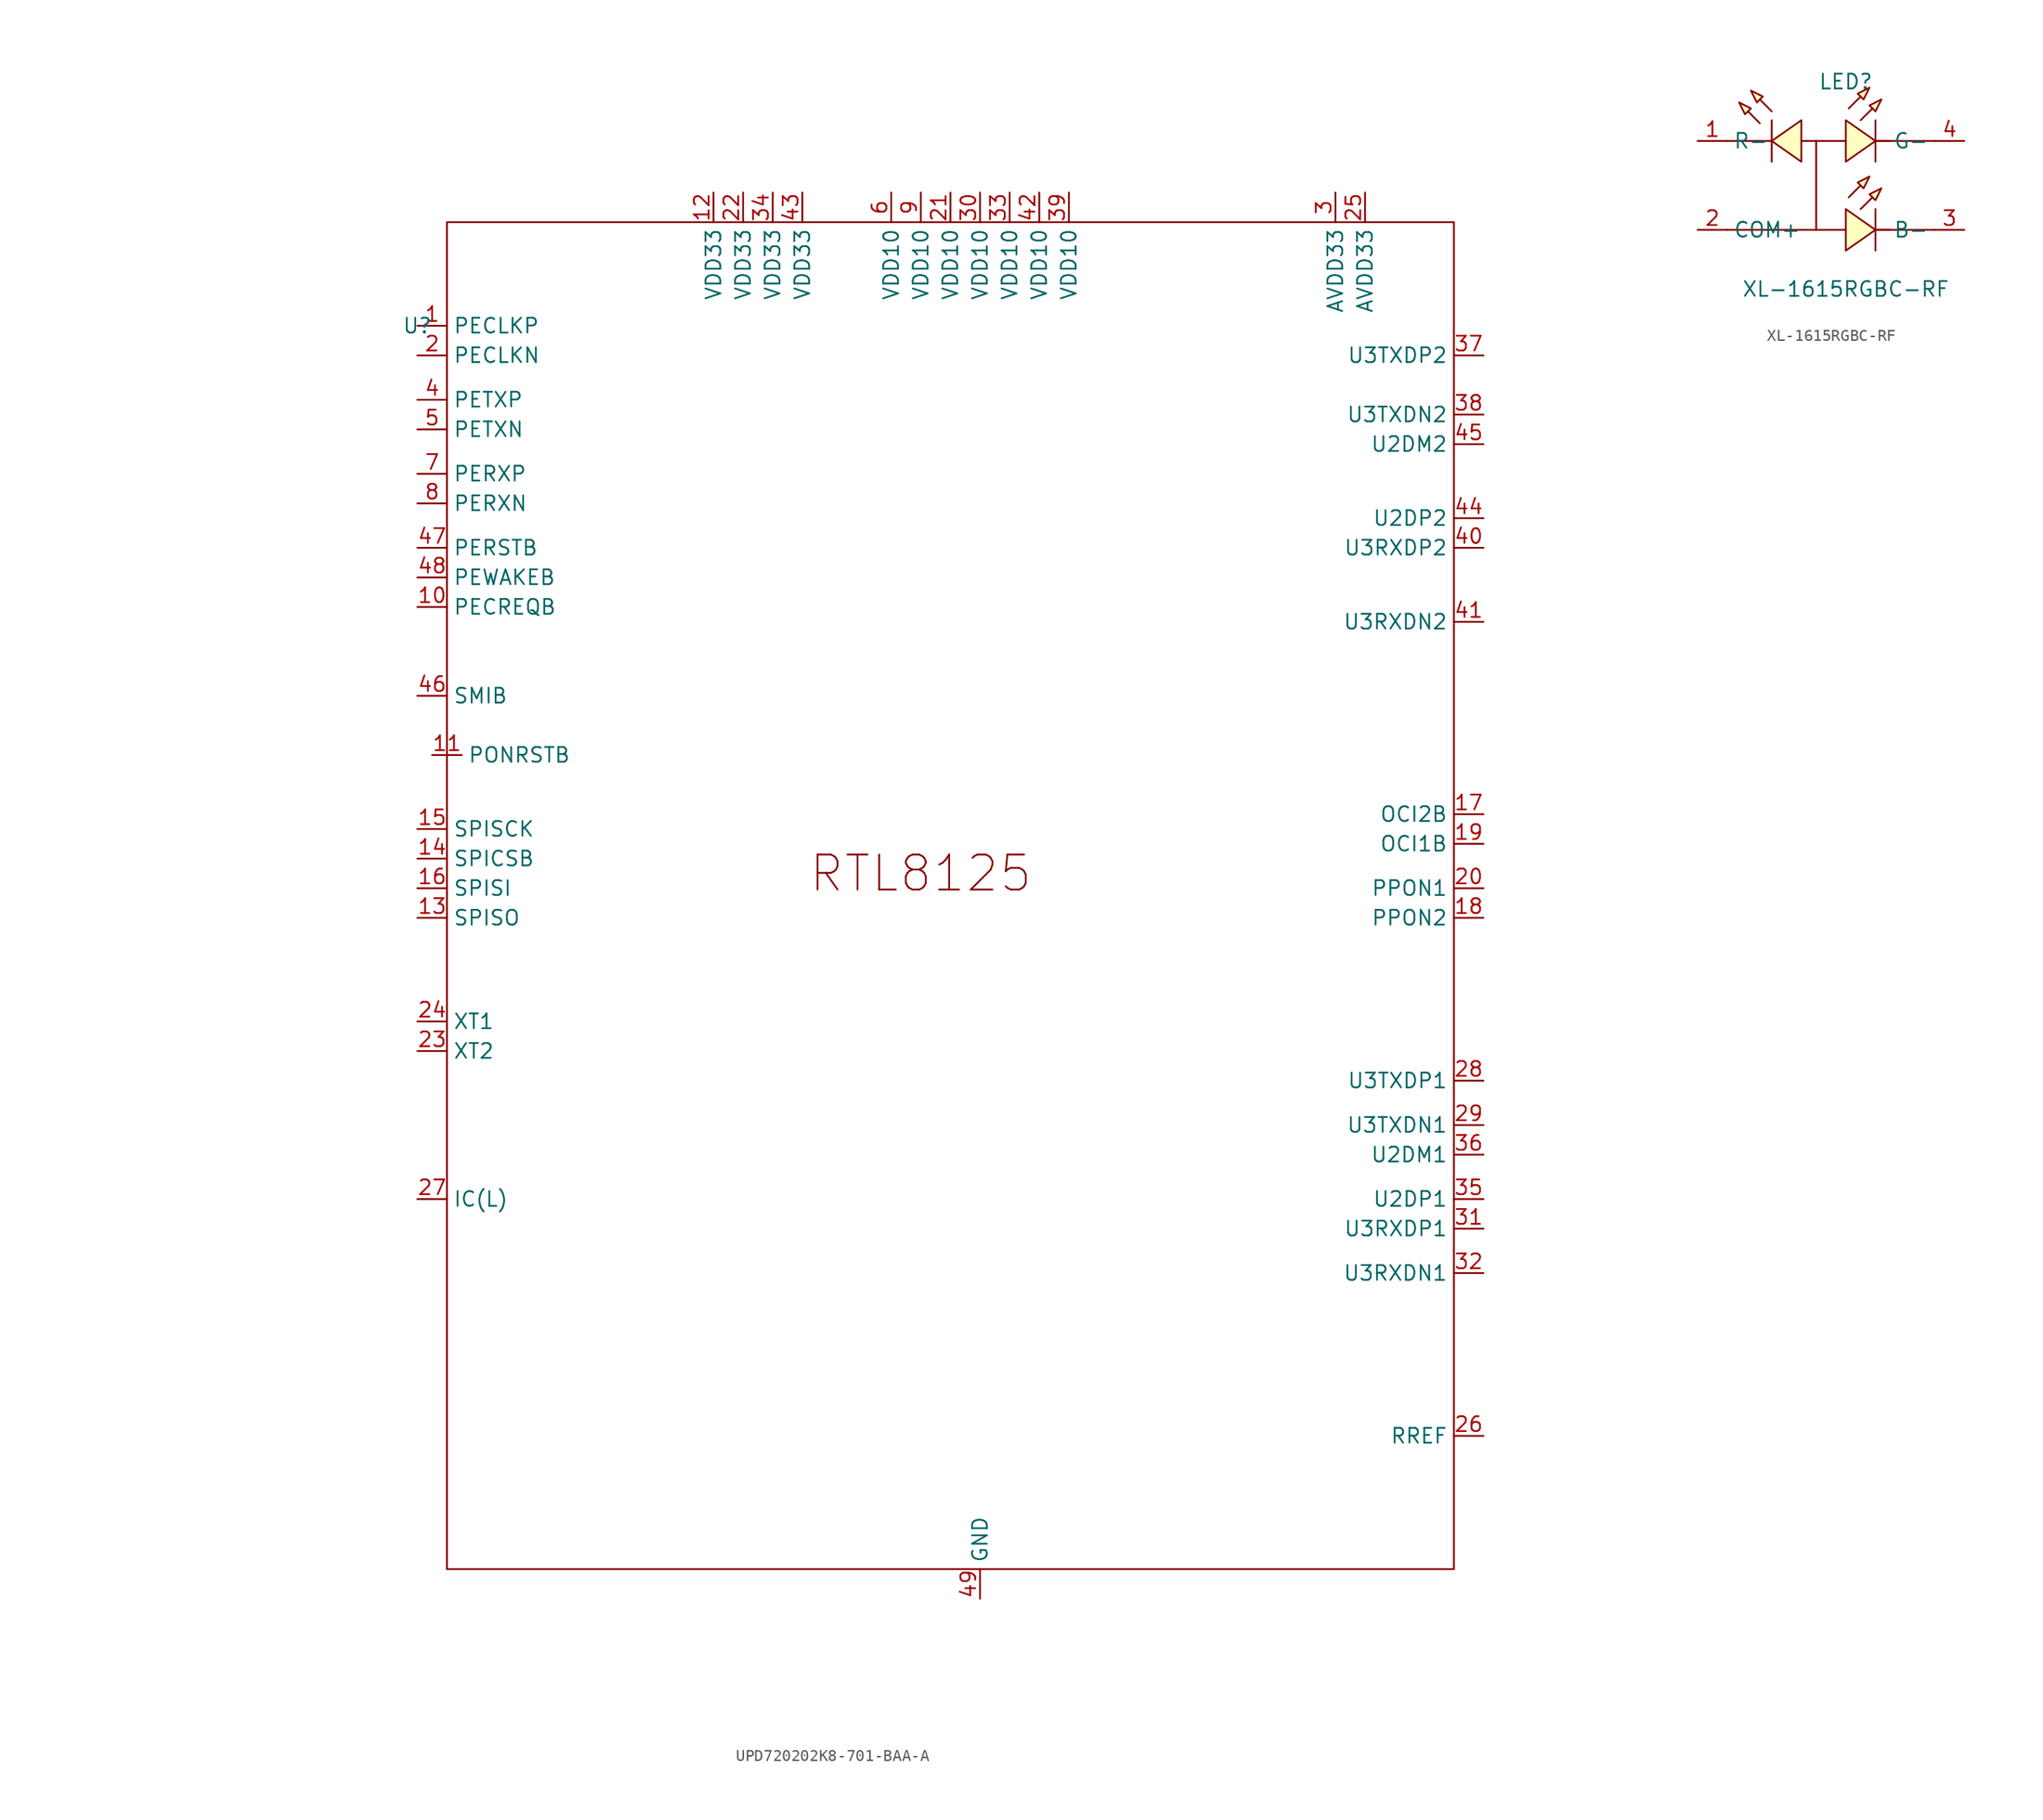
<source format=kicad_sym>
(kicad_symbol_lib
  (version 20220914)
  (generator kicad_symbol_editor)
  (symbol "UPD720202K8-701-BAA-A"
    (property "Reference" "U"
      (at 20.32 -10.16 0)
      (effects (font (size 1.27 1.27))))
    (property "Value" ""
      (at 0 0 0)
      (effects (font (size 1.27 1.27))))
    (symbol "UPD720202K8-701-BAA-A_0_0"
      (pin unspecified line (at 20.32 -10.16 0) (length 2.54) (name "PECLKP" (effects (font (size 1.27 1.27)))) (number "1" (effects (font (size 1.27 1.27)))))
      (pin unspecified line (at 20.32 -34.29 0) (length 2.54) (name "PECREQB" (effects (font (size 1.27 1.27)))) (number "10" (effects (font (size 1.27 1.27)))))
      (pin unspecified line (at 21.59 -46.99 0) (length 2.54) (name "PONRSTB" (effects (font (size 1.27 1.27)))) (number "11" (effects (font (size 1.27 1.27)))))
      (pin unspecified line (at 45.72 1.27 270) (length 2.54) (name "VDD33" (effects (font (size 1.27 1.27)))) (number "12" (effects (font (size 1.27 1.27)))))
      (pin unspecified line (at 20.32 -60.96 0) (length 2.54) (name "SPISO" (effects (font (size 1.27 1.27)))) (number "13" (effects (font (size 1.27 1.27)))))
      (pin unspecified line (at 20.32 -55.88 0) (length 2.54) (name "SPICSB" (effects (font (size 1.27 1.27)))) (number "14" (effects (font (size 1.27 1.27)))))
      (pin unspecified line (at 20.32 -53.34 0) (length 2.54) (name "SPISCK" (effects (font (size 1.27 1.27)))) (number "15" (effects (font (size 1.27 1.27)))))
      (pin unspecified line (at 20.32 -58.42 0) (length 2.54) (name "SPISI" (effects (font (size 1.27 1.27)))) (number "16" (effects (font (size 1.27 1.27)))))
      (pin unspecified line (at 111.76 -52.07 180) (length 2.54) (name "OCI2B" (effects (font (size 1.27 1.27)))) (number "17" (effects (font (size 1.27 1.27)))))
      (pin unspecified line (at 111.76 -60.96 180) (length 2.54) (name "PPON2" (effects (font (size 1.27 1.27)))) (number "18" (effects (font (size 1.27 1.27)))))
      (pin unspecified line (at 111.76 -54.61 180) (length 2.54) (name "OCI1B" (effects (font (size 1.27 1.27)))) (number "19" (effects (font (size 1.27 1.27)))))
      (pin unspecified line (at 20.32 -12.7 0) (length 2.54) (name "PECLKN" (effects (font (size 1.27 1.27)))) (number "2" (effects (font (size 1.27 1.27)))))
      (pin unspecified line (at 111.76 -58.42 180) (length 2.54) (name "PPON1" (effects (font (size 1.27 1.27)))) (number "20" (effects (font (size 1.27 1.27)))))
      (pin unspecified line (at 66.04 1.27 270) (length 2.54) (name "VDD10" (effects (font (size 1.27 1.27)))) (number "21" (effects (font (size 1.27 1.27)))))
      (pin unspecified line (at 48.26 1.27 270) (length 2.54) (name "VDD33" (effects (font (size 1.27 1.27)))) (number "22" (effects (font (size 1.27 1.27)))))
      (pin unspecified line (at 20.32 -72.39 0) (length 2.54) (name "XT2" (effects (font (size 1.27 1.27)))) (number "23" (effects (font (size 1.27 1.27)))))
      (pin unspecified line (at 20.32 -69.85 0) (length 2.54) (name "XT1" (effects (font (size 1.27 1.27)))) (number "24" (effects (font (size 1.27 1.27)))))
      (pin unspecified line (at 101.6 1.27 270) (length 2.54) (name "AVDD33" (effects (font (size 1.27 1.27)))) (number "25" (effects (font (size 1.27 1.27)))))
      (pin unspecified line (at 111.76 -105.41 180) (length 2.54) (name "RREF" (effects (font (size 1.27 1.27)))) (number "26" (effects (font (size 1.27 1.27)))))
      (pin unspecified line (at 20.32 -85.09 0) (length 2.54) (name "IC(L)" (effects (font (size 1.27 1.27)))) (number "27" (effects (font (size 1.27 1.27)))))
      (pin unspecified line (at 111.76 -74.93 180) (length 2.54) (name "U3TXDP1" (effects (font (size 1.27 1.27)))) (number "28" (effects (font (size 1.27 1.27)))))
      (pin unspecified line (at 111.76 -78.74 180) (length 2.54) (name "U3TXDN1" (effects (font (size 1.27 1.27)))) (number "29" (effects (font (size 1.27 1.27)))))
      (pin unspecified line (at 99.06 1.27 270) (length 2.54) (name "AVDD33" (effects (font (size 1.27 1.27)))) (number "3" (effects (font (size 1.27 1.27)))))
      (pin unspecified line (at 68.58 1.27 270) (length 2.54) (name "VDD10" (effects (font (size 1.27 1.27)))) (number "30" (effects (font (size 1.27 1.27)))))
      (pin unspecified line (at 111.76 -87.63 180) (length 2.54) (name "U3RXDP1" (effects (font (size 1.27 1.27)))) (number "31" (effects (font (size 1.27 1.27)))))
      (pin unspecified line (at 111.76 -91.44 180) (length 2.54) (name "U3RXDN1" (effects (font (size 1.27 1.27)))) (number "32" (effects (font (size 1.27 1.27)))))
      (pin unspecified line (at 71.12 1.27 270) (length 2.54) (name "VDD10" (effects (font (size 1.27 1.27)))) (number "33" (effects (font (size 1.27 1.27)))))
      (pin unspecified line (at 50.8 1.27 270) (length 2.54) (name "VDD33" (effects (font (size 1.27 1.27)))) (number "34" (effects (font (size 1.27 1.27)))))
      (pin unspecified line (at 111.76 -85.09 180) (length 2.54) (name "U2DP1" (effects (font (size 1.27 1.27)))) (number "35" (effects (font (size 1.27 1.27)))))
      (pin unspecified line (at 111.76 -81.28 180) (length 2.54) (name "U2DM1" (effects (font (size 1.27 1.27)))) (number "36" (effects (font (size 1.27 1.27)))))
      (pin unspecified line (at 111.76 -12.7 180) (length 2.54) (name "U3TXDP2" (effects (font (size 1.27 1.27)))) (number "37" (effects (font (size 1.27 1.27)))))
      (pin unspecified line (at 111.76 -17.78 180) (length 2.54) (name "U3TXDN2" (effects (font (size 1.27 1.27)))) (number "38" (effects (font (size 1.27 1.27)))))
      (pin unspecified line (at 76.2 1.27 270) (length 2.54) (name "VDD10" (effects (font (size 1.27 1.27)))) (number "39" (effects (font (size 1.27 1.27)))))
      (pin unspecified line (at 20.32 -16.51 0) (length 2.54) (name "PETXP" (effects (font (size 1.27 1.27)))) (number "4" (effects (font (size 1.27 1.27)))))
      (pin unspecified line (at 111.76 -29.21 180) (length 2.54) (name "U3RXDP2" (effects (font (size 1.27 1.27)))) (number "40" (effects (font (size 1.27 1.27)))))
      (pin unspecified line (at 111.76 -35.56 180) (length 2.54) (name "U3RXDN2" (effects (font (size 1.27 1.27)))) (number "41" (effects (font (size 1.27 1.27)))))
      (pin unspecified line (at 73.66 1.27 270) (length 2.54) (name "VDD10" (effects (font (size 1.27 1.27)))) (number "42" (effects (font (size 1.27 1.27)))))
      (pin unspecified line (at 53.34 1.27 270) (length 2.54) (name "VDD33" (effects (font (size 1.27 1.27)))) (number "43" (effects (font (size 1.27 1.27)))))
      (pin unspecified line (at 111.76 -26.67 180) (length 2.54) (name "U2DP2" (effects (font (size 1.27 1.27)))) (number "44" (effects (font (size 1.27 1.27)))))
      (pin unspecified line (at 111.76 -20.32 180) (length 2.54) (name "U2DM2" (effects (font (size 1.27 1.27)))) (number "45" (effects (font (size 1.27 1.27)))))
      (pin unspecified line (at 20.32 -41.91 0) (length 2.54) (name "SMIB" (effects (font (size 1.27 1.27)))) (number "46" (effects (font (size 1.27 1.27)))))
      (pin unspecified line (at 20.32 -29.21 0) (length 2.54) (name "PERSTB" (effects (font (size 1.27 1.27)))) (number "47" (effects (font (size 1.27 1.27)))))
      (pin unspecified line (at 20.32 -31.75 0) (length 2.54) (name "PEWAKEB" (effects (font (size 1.27 1.27)))) (number "48" (effects (font (size 1.27 1.27)))))
      (pin unspecified line (at 68.58 -119.38 90) (length 2.54) (name "GND" (effects (font (size 1.27 1.27)))) (number "49" (effects (font (size 1.27 1.27)))))
      (pin unspecified line (at 20.32 -19.05 0) (length 2.54) (name "PETXN" (effects (font (size 1.27 1.27)))) (number "5" (effects (font (size 1.27 1.27)))))
      (pin unspecified line (at 60.96 1.27 270) (length 2.54) (name "VDD10" (effects (font (size 1.27 1.27)))) (number "6" (effects (font (size 1.27 1.27)))))
      (pin unspecified line (at 20.32 -22.86 0) (length 2.54) (name "PERXP" (effects (font (size 1.27 1.27)))) (number "7" (effects (font (size 1.27 1.27)))))
      (pin unspecified line (at 20.32 -25.4 0) (length 2.54) (name "PERXN" (effects (font (size 1.27 1.27)))) (number "8" (effects (font (size 1.27 1.27)))))
      (pin unspecified line (at 63.5 1.27 270) (length 2.54) (name "VDD10" (effects (font (size 1.27 1.27)))) (number "9" (effects (font (size 1.27 1.27))))))
    (symbol "UPD720202K8-701-BAA-A_0_1"
      (rectangle (start 22.86 -1.27) (end 109.22 -116.84) (stroke (width 0) (type default)) (fill (type none))))
    (symbol "UPD720202K8-701-BAA-A_1_1"
      (text "RTL8125\n" (at 63.5 -57.15 0) (effects (font (size 3 3))))))
  (symbol "XL-1615RGBC-RF"
    (property "Reference" "LED"
      (at 0 7.62 0)
      (effects (font (size 1.27 1.27))))
    (property "Value" "XL-1615RGBC-RF"
      (at 0 -10.16 0)
      (effects (font (size 1.27 1.27))))
    (symbol "XL-1615RGBC-RF_0_1"
      (polyline (pts (xy -7.62 2.54) (xy -10.16 2.54)) (stroke (width 0) (type default)) (fill (type none)))
      (polyline (pts (xy -6.35 2.54) (xy -7.62 2.54)) (stroke (width 0) (type default)) (fill (type none)))
      (polyline (pts (xy -6.35 4.32) (xy -6.35 0.76)) (stroke (width 0) (type default)) (fill (type none)))
      (polyline (pts (xy -2.54 -5.08) (xy -10.16 -5.08)) (stroke (width 0) (type default)) (fill (type none)))
      (polyline (pts (xy -2.54 2.54) (xy -3.81 2.54)) (stroke (width 0) (type default)) (fill (type none)))
      (polyline (pts (xy -2.54 2.54) (xy 0 2.54)) (stroke (width 0) (type default)) (fill (type none)))
      (polyline (pts (xy 2.54 -6.86) (xy 2.54 -3.3)) (stroke (width 0) (type default)) (fill (type none)))
      (polyline (pts (xy 2.54 -5.08) (xy 3.81 -5.08)) (stroke (width 0) (type default)) (fill (type none)))
      (polyline (pts (xy 2.54 -5.08) (xy 7.62 -5.08)) (stroke (width 0) (type default)) (fill (type none)))
      (polyline (pts (xy 2.54 0.76) (xy 2.54 4.32)) (stroke (width 0) (type default)) (fill (type none)))
      (polyline (pts (xy 2.54 2.54) (xy 3.81 2.54)) (stroke (width 0) (type default)) (fill (type none)))
      (polyline (pts (xy 2.54 2.54) (xy 7.62 2.54)) (stroke (width 0) (type default)) (fill (type none)))
      (polyline (pts (xy -7.37 4.06) (xy -8.38 5.08) (xy -7.37 4.06)) (stroke (width 0) (type default)) (fill (type background)))
      (polyline (pts (xy -6.35 5.08) (xy -7.37 6.1) (xy -6.35 5.08)) (stroke (width 0) (type default)) (fill (type background)))
      (polyline (pts (xy -2.54 2.54) (xy -2.54 -5.08) (xy 0 -5.08)) (stroke (width 0) (type default)) (fill (type none)))
      (polyline (pts (xy 0.25 -2.29) (xy 1.27 -1.27) (xy 0.25 -2.29)) (stroke (width 0) (type default)) (fill (type background)))
      (polyline (pts (xy 0.25 5.33) (xy 1.27 6.35) (xy 0.25 5.33)) (stroke (width 0) (type default)) (fill (type background)))
      (polyline (pts (xy 1.27 -3.3) (xy 2.29 -2.29) (xy 1.27 -3.3)) (stroke (width 0) (type default)) (fill (type background)))
      (polyline (pts (xy 1.27 4.32) (xy 2.29 5.33) (xy 1.27 4.32)) (stroke (width 0) (type default)) (fill (type background)))
      (polyline (pts (xy -9.14 5.84) (xy -8.13 5.33) (xy -8.64 4.83) (xy -9.14 5.84)) (stroke (width 0) (type default)) (fill (type background)))
      (polyline (pts (xy -8.13 6.86) (xy -7.11 6.35) (xy -7.62 5.84) (xy -8.13 6.86)) (stroke (width 0) (type default)) (fill (type background)))
      (polyline (pts (xy -3.81 4.32) (xy -6.35 2.54) (xy -3.81 0.76) (xy -3.81 4.32)) (stroke (width 0) (type default)) (fill (type background)))
      (polyline (pts (xy 0 -6.86) (xy 2.54 -5.08) (xy 0 -3.3) (xy 0 -6.86)) (stroke (width 0) (type default)) (fill (type background)))
      (polyline (pts (xy 0 0.76) (xy 2.54 2.54) (xy 0 4.32) (xy 0 0.76)) (stroke (width 0) (type default)) (fill (type background)))
      (polyline (pts (xy 2.03 -0.51) (xy 1.52 -1.52) (xy 1.02 -1.02) (xy 2.03 -0.51)) (stroke (width 0) (type default)) (fill (type background)))
      (polyline (pts (xy 2.03 7.11) (xy 1.52 6.1) (xy 1.02 6.6) (xy 2.03 7.11)) (stroke (width 0) (type default)) (fill (type background)))
      (polyline (pts (xy 3.05 -1.52) (xy 2.54 -2.54) (xy 2.03 -2.03) (xy 3.05 -1.52)) (stroke (width 0) (type default)) (fill (type background)))
      (polyline (pts (xy 3.05 6.1) (xy 2.54 5.08) (xy 2.03 5.59) (xy 3.05 6.1)) (stroke (width 0) (type default)) (fill (type background)))
      (pin unspecified line (at -12.7 2.54 0) (length 2.54) (name "R-" (effects (font (size 1.27 1.27)))) (number "1" (effects (font (size 1.27 1.27)))))
      (pin unspecified line (at -12.7 -5.08 0) (length 2.54) (name "COM+" (effects (font (size 1.27 1.27)))) (number "2" (effects (font (size 1.27 1.27)))))
      (pin unspecified line (at 10.16 -5.08 180) (length 2.54) (name "B-" (effects (font (size 1.27 1.27)))) (number "3" (effects (font (size 1.27 1.27)))))
      (pin unspecified line (at 10.16 2.54 180) (length 2.54) (name "G-" (effects (font (size 1.27 1.27)))) (number "4" (effects (font (size 1.27 1.27))))))))
</source>
